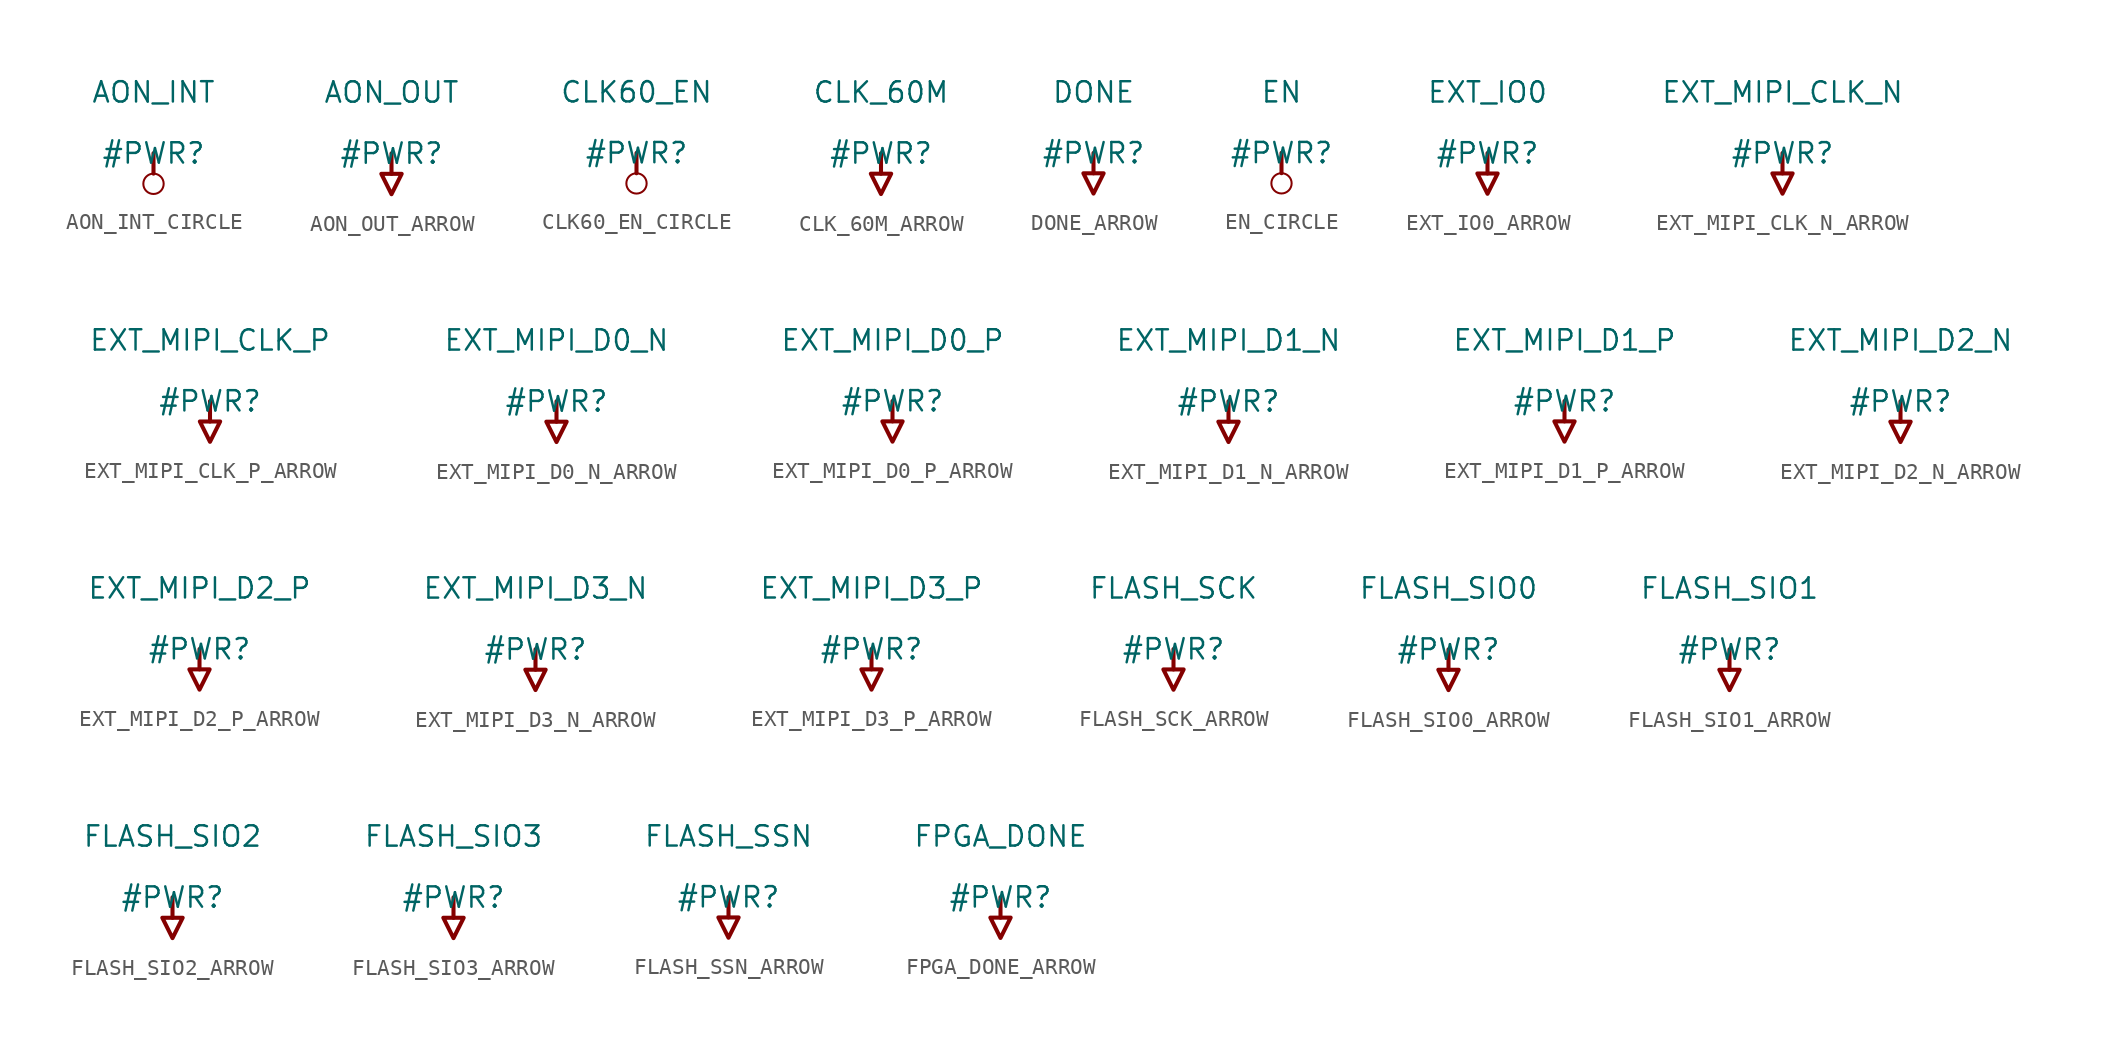
<source format=kicad_sym>
(kicad_symbol_lib
  (version 20231120)
  (generator "kicad_symbol_editor")
  (generator_version "8.0")
  (symbol "AON_INT_CIRCLE"
    (power)
    (property "Reference" "#PWR"
      (at 0 0 0)
      (effects (font (size 1.27 1.27))))
    (property "Value" "AON_INT"
      (at 0 3.81 0)
      (effects (font (size 1.27 1.27))))
    (symbol "AON_INT_CIRCLE_0_0"
      (circle (center 0 -1.905) (radius 0.635) (stroke (width 0.127) (type solid)) (fill (type none)))
      (polyline (pts (xy 0 0) (xy 0 -1.27)) (stroke (width 0.254) (type solid)) (fill (type none)))
      (pin power_in line (at 0 0 0) (length 0) hide (name "AON_INT" (effects (font (size 1.27 1.27)))) (number "" (effects (font (size 1.27 1.27)))))))
  (symbol "AON_OUT_ARROW"
    (power)
    (property "Reference" "#PWR"
      (at 0 0 0)
      (effects (font (size 1.27 1.27))))
    (property "Value" "AON_OUT"
      (at 0 3.81 0)
      (effects (font (size 1.27 1.27))))
    (symbol "AON_OUT_ARROW_0_0"
      (polyline (pts (xy 0 0) (xy 0 -1.27)) (stroke (width 0.254) (type solid)) (fill (type none)))
      (polyline (pts (xy -0.635 -1.27) (xy 0.635 -1.27) (xy 0 -2.54) (xy -0.635 -1.27)) (stroke (width 0.254) (type solid)) (fill (type none)))
      (pin power_in line (at 0 0 0) (length 0) hide (name "AON_OUT" (effects (font (size 1.27 1.27)))) (number "" (effects (font (size 1.27 1.27)))))))
  (symbol "CLK60_EN_CIRCLE"
    (power)
    (property "Reference" "#PWR"
      (at 0 0 0)
      (effects (font (size 1.27 1.27))))
    (property "Value" "CLK60_EN"
      (at 0 3.81 0)
      (effects (font (size 1.27 1.27))))
    (symbol "CLK60_EN_CIRCLE_0_0"
      (circle (center 0 -1.905) (radius 0.635) (stroke (width 0.127) (type solid)) (fill (type none)))
      (polyline (pts (xy 0 0) (xy 0 -1.27)) (stroke (width 0.254) (type solid)) (fill (type none)))
      (pin power_in line (at 0 0 0) (length 0) hide (name "CLK60_EN" (effects (font (size 1.27 1.27)))) (number "" (effects (font (size 1.27 1.27)))))))
  (symbol "CLK_60M_ARROW"
    (power)
    (property "Reference" "#PWR"
      (at 0 0 0)
      (effects (font (size 1.27 1.27))))
    (property "Value" "CLK_60M"
      (at 0 3.81 0)
      (effects (font (size 1.27 1.27))))
    (symbol "CLK_60M_ARROW_0_0"
      (polyline (pts (xy 0 0) (xy 0 -1.27)) (stroke (width 0.254) (type solid)) (fill (type none)))
      (polyline (pts (xy -0.635 -1.27) (xy 0.635 -1.27) (xy 0 -2.54) (xy -0.635 -1.27)) (stroke (width 0.254) (type solid)) (fill (type none)))
      (pin power_in line (at 0 0 0) (length 0) hide (name "CLK_60M" (effects (font (size 1.27 1.27)))) (number "" (effects (font (size 1.27 1.27)))))))
  (symbol "DONE_ARROW"
    (power)
    (property "Reference" "#PWR"
      (at 0 0 0)
      (effects (font (size 1.27 1.27))))
    (property "Value" "DONE"
      (at 0 3.81 0)
      (effects (font (size 1.27 1.27))))
    (symbol "DONE_ARROW_0_0"
      (polyline (pts (xy 0 0) (xy 0 -1.27)) (stroke (width 0.254) (type solid)) (fill (type none)))
      (polyline (pts (xy -0.635 -1.27) (xy 0.635 -1.27) (xy 0 -2.54) (xy -0.635 -1.27)) (stroke (width 0.254) (type solid)) (fill (type none)))
      (pin power_in line (at 0 0 0) (length 0) hide (name "DONE" (effects (font (size 1.27 1.27)))) (number "" (effects (font (size 1.27 1.27)))))))
  (symbol "EN_CIRCLE"
    (power)
    (property "Reference" "#PWR"
      (at 0 0 0)
      (effects (font (size 1.27 1.27))))
    (property "Value" "EN"
      (at 0 3.81 0)
      (effects (font (size 1.27 1.27))))
    (symbol "EN_CIRCLE_0_0"
      (circle (center 0 -1.905) (radius 0.635) (stroke (width 0.127) (type solid)) (fill (type none)))
      (polyline (pts (xy 0 0) (xy 0 -1.27)) (stroke (width 0.254) (type solid)) (fill (type none)))
      (pin power_in line (at 0 0 0) (length 0) hide (name "EN" (effects (font (size 1.27 1.27)))) (number "" (effects (font (size 1.27 1.27)))))))
  (symbol "EXT_IO0_ARROW"
    (power)
    (property "Reference" "#PWR"
      (at 0 0 0)
      (effects (font (size 1.27 1.27))))
    (property "Value" "EXT_IO0"
      (at 0 3.81 0)
      (effects (font (size 1.27 1.27))))
    (symbol "EXT_IO0_ARROW_0_0"
      (polyline (pts (xy 0 0) (xy 0 -1.27)) (stroke (width 0.254) (type solid)) (fill (type none)))
      (polyline (pts (xy -0.635 -1.27) (xy 0.635 -1.27) (xy 0 -2.54) (xy -0.635 -1.27)) (stroke (width 0.254) (type solid)) (fill (type none)))
      (pin power_in line (at 0 0 0) (length 0) hide (name "EXT_IO0" (effects (font (size 1.27 1.27)))) (number "" (effects (font (size 1.27 1.27)))))))
  (symbol "EXT_MIPI_CLK_N_ARROW"
    (power)
    (property "Reference" "#PWR"
      (at 0 0 0)
      (effects (font (size 1.27 1.27))))
    (property "Value" "EXT_MIPI_CLK_N"
      (at 0 3.81 0)
      (effects (font (size 1.27 1.27))))
    (symbol "EXT_MIPI_CLK_N_ARROW_0_0"
      (polyline (pts (xy 0 0) (xy 0 -1.27)) (stroke (width 0.254) (type solid)) (fill (type none)))
      (polyline (pts (xy -0.635 -1.27) (xy 0.635 -1.27) (xy 0 -2.54) (xy -0.635 -1.27)) (stroke (width 0.254) (type solid)) (fill (type none)))
      (pin power_in line (at 0 0 0) (length 0) hide (name "EXT_MIPI_CLK_N" (effects (font (size 1.27 1.27)))) (number "" (effects (font (size 1.27 1.27)))))))
  (symbol "EXT_MIPI_CLK_P_ARROW"
    (power)
    (property "Reference" "#PWR"
      (at 0 0 0)
      (effects (font (size 1.27 1.27))))
    (property "Value" "EXT_MIPI_CLK_P"
      (at 0 3.81 0)
      (effects (font (size 1.27 1.27))))
    (symbol "EXT_MIPI_CLK_P_ARROW_0_0"
      (polyline (pts (xy 0 0) (xy 0 -1.27)) (stroke (width 0.254) (type solid)) (fill (type none)))
      (polyline (pts (xy -0.635 -1.27) (xy 0.635 -1.27) (xy 0 -2.54) (xy -0.635 -1.27)) (stroke (width 0.254) (type solid)) (fill (type none)))
      (pin power_in line (at 0 0 0) (length 0) hide (name "EXT_MIPI_CLK_P" (effects (font (size 1.27 1.27)))) (number "" (effects (font (size 1.27 1.27)))))))
  (symbol "EXT_MIPI_D0_N_ARROW"
    (power)
    (property "Reference" "#PWR"
      (at 0 0 0)
      (effects (font (size 1.27 1.27))))
    (property "Value" "EXT_MIPI_D0_N"
      (at 0 3.81 0)
      (effects (font (size 1.27 1.27))))
    (symbol "EXT_MIPI_D0_N_ARROW_0_0"
      (polyline (pts (xy 0 0) (xy 0 -1.27)) (stroke (width 0.254) (type solid)) (fill (type none)))
      (polyline (pts (xy -0.635 -1.27) (xy 0.635 -1.27) (xy 0 -2.54) (xy -0.635 -1.27)) (stroke (width 0.254) (type solid)) (fill (type none)))
      (pin power_in line (at 0 0 0) (length 0) hide (name "EXT_MIPI_D0_N" (effects (font (size 1.27 1.27)))) (number "" (effects (font (size 1.27 1.27)))))))
  (symbol "EXT_MIPI_D0_P_ARROW"
    (power)
    (property "Reference" "#PWR"
      (at 0 0 0)
      (effects (font (size 1.27 1.27))))
    (property "Value" "EXT_MIPI_D0_P"
      (at 0 3.81 0)
      (effects (font (size 1.27 1.27))))
    (symbol "EXT_MIPI_D0_P_ARROW_0_0"
      (polyline (pts (xy 0 0) (xy 0 -1.27)) (stroke (width 0.254) (type solid)) (fill (type none)))
      (polyline (pts (xy -0.635 -1.27) (xy 0.635 -1.27) (xy 0 -2.54) (xy -0.635 -1.27)) (stroke (width 0.254) (type solid)) (fill (type none)))
      (pin power_in line (at 0 0 0) (length 0) hide (name "EXT_MIPI_D0_P" (effects (font (size 1.27 1.27)))) (number "" (effects (font (size 1.27 1.27)))))))
  (symbol "EXT_MIPI_D1_N_ARROW"
    (power)
    (property "Reference" "#PWR"
      (at 0 0 0)
      (effects (font (size 1.27 1.27))))
    (property "Value" "EXT_MIPI_D1_N"
      (at 0 3.81 0)
      (effects (font (size 1.27 1.27))))
    (symbol "EXT_MIPI_D1_N_ARROW_0_0"
      (polyline (pts (xy 0 0) (xy 0 -1.27)) (stroke (width 0.254) (type solid)) (fill (type none)))
      (polyline (pts (xy -0.635 -1.27) (xy 0.635 -1.27) (xy 0 -2.54) (xy -0.635 -1.27)) (stroke (width 0.254) (type solid)) (fill (type none)))
      (pin power_in line (at 0 0 0) (length 0) hide (name "EXT_MIPI_D1_N" (effects (font (size 1.27 1.27)))) (number "" (effects (font (size 1.27 1.27)))))))
  (symbol "EXT_MIPI_D1_P_ARROW"
    (power)
    (property "Reference" "#PWR"
      (at 0 0 0)
      (effects (font (size 1.27 1.27))))
    (property "Value" "EXT_MIPI_D1_P"
      (at 0 3.81 0)
      (effects (font (size 1.27 1.27))))
    (symbol "EXT_MIPI_D1_P_ARROW_0_0"
      (polyline (pts (xy 0 0) (xy 0 -1.27)) (stroke (width 0.254) (type solid)) (fill (type none)))
      (polyline (pts (xy -0.635 -1.27) (xy 0.635 -1.27) (xy 0 -2.54) (xy -0.635 -1.27)) (stroke (width 0.254) (type solid)) (fill (type none)))
      (pin power_in line (at 0 0 0) (length 0) hide (name "EXT_MIPI_D1_P" (effects (font (size 1.27 1.27)))) (number "" (effects (font (size 1.27 1.27)))))))
  (symbol "EXT_MIPI_D2_N_ARROW"
    (power)
    (property "Reference" "#PWR"
      (at 0 0 0)
      (effects (font (size 1.27 1.27))))
    (property "Value" "EXT_MIPI_D2_N"
      (at 0 3.81 0)
      (effects (font (size 1.27 1.27))))
    (symbol "EXT_MIPI_D2_N_ARROW_0_0"
      (polyline (pts (xy 0 0) (xy 0 -1.27)) (stroke (width 0.254) (type solid)) (fill (type none)))
      (polyline (pts (xy -0.635 -1.27) (xy 0.635 -1.27) (xy 0 -2.54) (xy -0.635 -1.27)) (stroke (width 0.254) (type solid)) (fill (type none)))
      (pin power_in line (at 0 0 0) (length 0) hide (name "EXT_MIPI_D2_N" (effects (font (size 1.27 1.27)))) (number "" (effects (font (size 1.27 1.27)))))))
  (symbol "EXT_MIPI_D2_P_ARROW"
    (power)
    (property "Reference" "#PWR"
      (at 0 0 0)
      (effects (font (size 1.27 1.27))))
    (property "Value" "EXT_MIPI_D2_P"
      (at 0 3.81 0)
      (effects (font (size 1.27 1.27))))
    (symbol "EXT_MIPI_D2_P_ARROW_0_0"
      (polyline (pts (xy 0 0) (xy 0 -1.27)) (stroke (width 0.254) (type solid)) (fill (type none)))
      (polyline (pts (xy -0.635 -1.27) (xy 0.635 -1.27) (xy 0 -2.54) (xy -0.635 -1.27)) (stroke (width 0.254) (type solid)) (fill (type none)))
      (pin power_in line (at 0 0 0) (length 0) hide (name "EXT_MIPI_D2_P" (effects (font (size 1.27 1.27)))) (number "" (effects (font (size 1.27 1.27)))))))
  (symbol "EXT_MIPI_D3_N_ARROW"
    (power)
    (property "Reference" "#PWR"
      (at 0 0 0)
      (effects (font (size 1.27 1.27))))
    (property "Value" "EXT_MIPI_D3_N"
      (at 0 3.81 0)
      (effects (font (size 1.27 1.27))))
    (symbol "EXT_MIPI_D3_N_ARROW_0_0"
      (polyline (pts (xy 0 0) (xy 0 -1.27)) (stroke (width 0.254) (type solid)) (fill (type none)))
      (polyline (pts (xy -0.635 -1.27) (xy 0.635 -1.27) (xy 0 -2.54) (xy -0.635 -1.27)) (stroke (width 0.254) (type solid)) (fill (type none)))
      (pin power_in line (at 0 0 0) (length 0) hide (name "EXT_MIPI_D3_N" (effects (font (size 1.27 1.27)))) (number "" (effects (font (size 1.27 1.27)))))))
  (symbol "EXT_MIPI_D3_P_ARROW"
    (power)
    (property "Reference" "#PWR"
      (at 0 0 0)
      (effects (font (size 1.27 1.27))))
    (property "Value" "EXT_MIPI_D3_P"
      (at 0 3.81 0)
      (effects (font (size 1.27 1.27))))
    (symbol "EXT_MIPI_D3_P_ARROW_0_0"
      (polyline (pts (xy 0 0) (xy 0 -1.27)) (stroke (width 0.254) (type solid)) (fill (type none)))
      (polyline (pts (xy -0.635 -1.27) (xy 0.635 -1.27) (xy 0 -2.54) (xy -0.635 -1.27)) (stroke (width 0.254) (type solid)) (fill (type none)))
      (pin power_in line (at 0 0 0) (length 0) hide (name "EXT_MIPI_D3_P" (effects (font (size 1.27 1.27)))) (number "" (effects (font (size 1.27 1.27)))))))
  (symbol "FLASH_SCK_ARROW"
    (power)
    (property "Reference" "#PWR"
      (at 0 0 0)
      (effects (font (size 1.27 1.27))))
    (property "Value" "FLASH_SCK"
      (at 0 3.81 0)
      (effects (font (size 1.27 1.27))))
    (symbol "FLASH_SCK_ARROW_0_0"
      (polyline (pts (xy 0 0) (xy 0 -1.27)) (stroke (width 0.254) (type solid)) (fill (type none)))
      (polyline (pts (xy -0.635 -1.27) (xy 0.635 -1.27) (xy 0 -2.54) (xy -0.635 -1.27)) (stroke (width 0.254) (type solid)) (fill (type none)))
      (pin power_in line (at 0 0 0) (length 0) hide (name "FLASH_SCK" (effects (font (size 1.27 1.27)))) (number "" (effects (font (size 1.27 1.27)))))))
  (symbol "FLASH_SIO0_ARROW"
    (power)
    (property "Reference" "#PWR"
      (at 0 0 0)
      (effects (font (size 1.27 1.27))))
    (property "Value" "FLASH_SIO0"
      (at 0 3.81 0)
      (effects (font (size 1.27 1.27))))
    (symbol "FLASH_SIO0_ARROW_0_0"
      (polyline (pts (xy 0 0) (xy 0 -1.27)) (stroke (width 0.254) (type solid)) (fill (type none)))
      (polyline (pts (xy -0.635 -1.27) (xy 0.635 -1.27) (xy 0 -2.54) (xy -0.635 -1.27)) (stroke (width 0.254) (type solid)) (fill (type none)))
      (pin power_in line (at 0 0 0) (length 0) hide (name "FLASH_SIO0" (effects (font (size 1.27 1.27)))) (number "" (effects (font (size 1.27 1.27)))))))
  (symbol "FLASH_SIO1_ARROW"
    (power)
    (property "Reference" "#PWR"
      (at 0 0 0)
      (effects (font (size 1.27 1.27))))
    (property "Value" "FLASH_SIO1"
      (at 0 3.81 0)
      (effects (font (size 1.27 1.27))))
    (symbol "FLASH_SIO1_ARROW_0_0"
      (polyline (pts (xy 0 0) (xy 0 -1.27)) (stroke (width 0.254) (type solid)) (fill (type none)))
      (polyline (pts (xy -0.635 -1.27) (xy 0.635 -1.27) (xy 0 -2.54) (xy -0.635 -1.27)) (stroke (width 0.254) (type solid)) (fill (type none)))
      (pin power_in line (at 0 0 0) (length 0) hide (name "FLASH_SIO1" (effects (font (size 1.27 1.27)))) (number "" (effects (font (size 1.27 1.27)))))))
  (symbol "FLASH_SIO2_ARROW"
    (power)
    (property "Reference" "#PWR"
      (at 0 0 0)
      (effects (font (size 1.27 1.27))))
    (property "Value" "FLASH_SIO2"
      (at 0 3.81 0)
      (effects (font (size 1.27 1.27))))
    (symbol "FLASH_SIO2_ARROW_0_0"
      (polyline (pts (xy 0 0) (xy 0 -1.27)) (stroke (width 0.254) (type solid)) (fill (type none)))
      (polyline (pts (xy -0.635 -1.27) (xy 0.635 -1.27) (xy 0 -2.54) (xy -0.635 -1.27)) (stroke (width 0.254) (type solid)) (fill (type none)))
      (pin power_in line (at 0 0 0) (length 0) hide (name "FLASH_SIO2" (effects (font (size 1.27 1.27)))) (number "" (effects (font (size 1.27 1.27)))))))
  (symbol "FLASH_SIO3_ARROW"
    (power)
    (property "Reference" "#PWR"
      (at 0 0 0)
      (effects (font (size 1.27 1.27))))
    (property "Value" "FLASH_SIO3"
      (at 0 3.81 0)
      (effects (font (size 1.27 1.27))))
    (symbol "FLASH_SIO3_ARROW_0_0"
      (polyline (pts (xy 0 0) (xy 0 -1.27)) (stroke (width 0.254) (type solid)) (fill (type none)))
      (polyline (pts (xy -0.635 -1.27) (xy 0.635 -1.27) (xy 0 -2.54) (xy -0.635 -1.27)) (stroke (width 0.254) (type solid)) (fill (type none)))
      (pin power_in line (at 0 0 0) (length 0) hide (name "FLASH_SIO3" (effects (font (size 1.27 1.27)))) (number "" (effects (font (size 1.27 1.27)))))))
  (symbol "FLASH_SSN_ARROW"
    (power)
    (property "Reference" "#PWR"
      (at 0 0 0)
      (effects (font (size 1.27 1.27))))
    (property "Value" "FLASH_SSN"
      (at 0 3.81 0)
      (effects (font (size 1.27 1.27))))
    (symbol "FLASH_SSN_ARROW_0_0"
      (polyline (pts (xy 0 0) (xy 0 -1.27)) (stroke (width 0.254) (type solid)) (fill (type none)))
      (polyline (pts (xy -0.635 -1.27) (xy 0.635 -1.27) (xy 0 -2.54) (xy -0.635 -1.27)) (stroke (width 0.254) (type solid)) (fill (type none)))
      (pin power_in line (at 0 0 0) (length 0) hide (name "FLASH_SSN" (effects (font (size 1.27 1.27)))) (number "" (effects (font (size 1.27 1.27)))))))
  (symbol "FPGA_DONE_ARROW"
    (power)
    (property "Reference" "#PWR"
      (at 0 0 0)
      (effects (font (size 1.27 1.27))))
    (property "Value" "FPGA_DONE"
      (at 0 3.81 0)
      (effects (font (size 1.27 1.27))))
    (symbol "FPGA_DONE_ARROW_0_0"
      (polyline (pts (xy 0 0) (xy 0 -1.27)) (stroke (width 0.254) (type solid)) (fill (type none)))
      (polyline (pts (xy -0.635 -1.27) (xy 0.635 -1.27) (xy 0 -2.54) (xy -0.635 -1.27)) (stroke (width 0.254) (type solid)) (fill (type none)))
      (pin power_in line (at 0 0 0) (length 0) hide (name "FPGA_DONE" (effects (font (size 1.27 1.27)))) (number "" (effects (font (size 1.27 1.27))))))))
</source>
